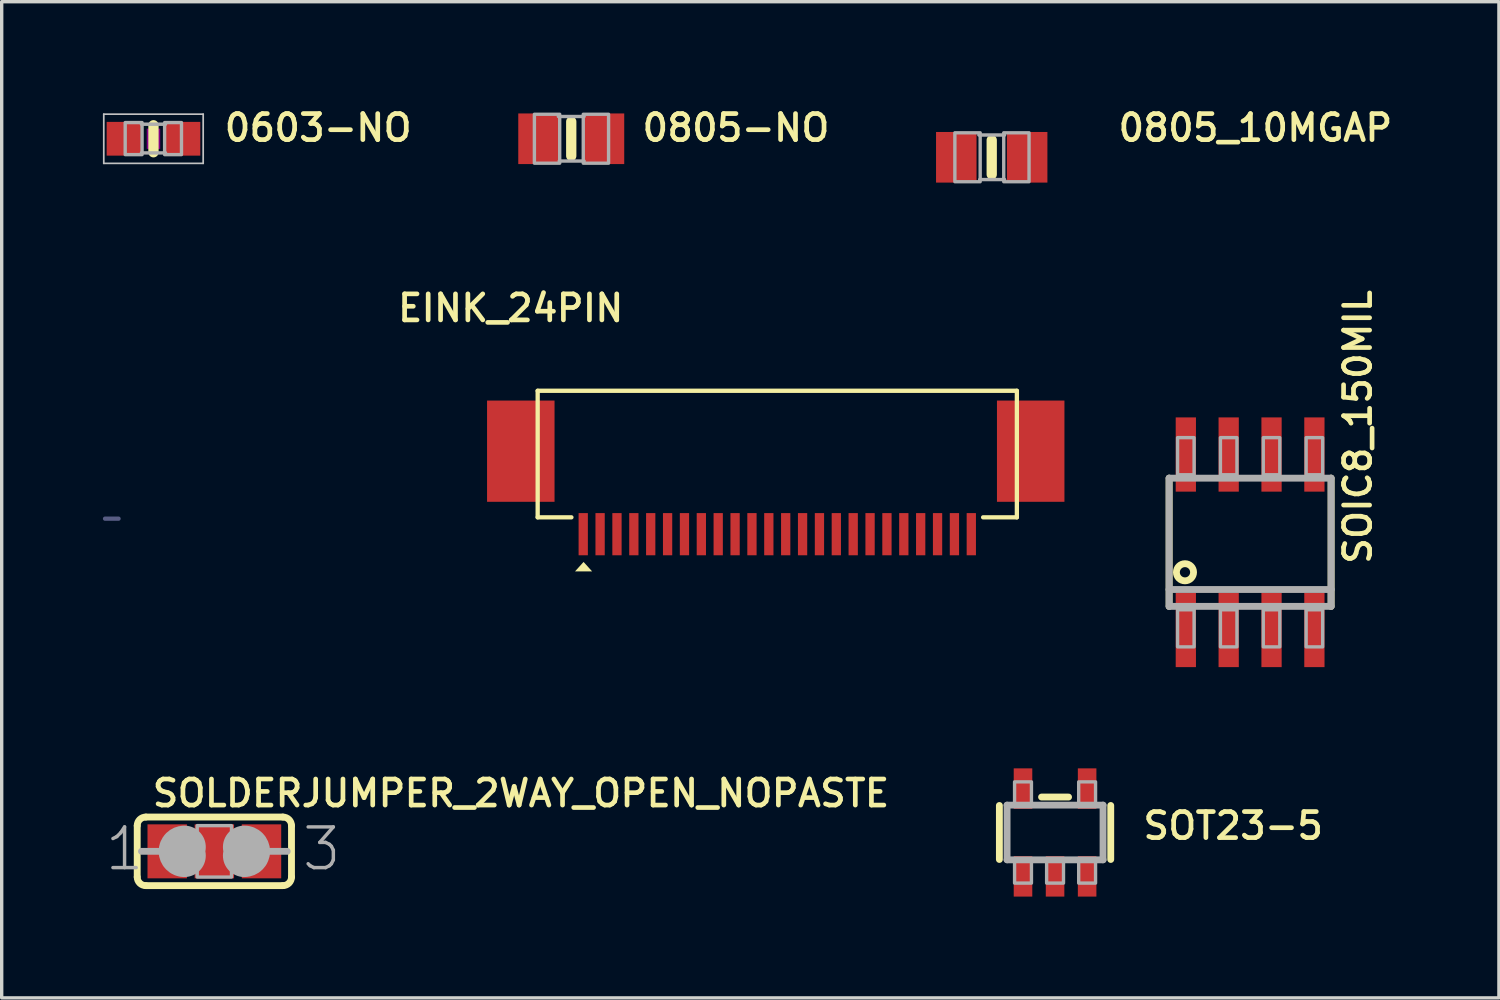
<source format=kicad_pcb>
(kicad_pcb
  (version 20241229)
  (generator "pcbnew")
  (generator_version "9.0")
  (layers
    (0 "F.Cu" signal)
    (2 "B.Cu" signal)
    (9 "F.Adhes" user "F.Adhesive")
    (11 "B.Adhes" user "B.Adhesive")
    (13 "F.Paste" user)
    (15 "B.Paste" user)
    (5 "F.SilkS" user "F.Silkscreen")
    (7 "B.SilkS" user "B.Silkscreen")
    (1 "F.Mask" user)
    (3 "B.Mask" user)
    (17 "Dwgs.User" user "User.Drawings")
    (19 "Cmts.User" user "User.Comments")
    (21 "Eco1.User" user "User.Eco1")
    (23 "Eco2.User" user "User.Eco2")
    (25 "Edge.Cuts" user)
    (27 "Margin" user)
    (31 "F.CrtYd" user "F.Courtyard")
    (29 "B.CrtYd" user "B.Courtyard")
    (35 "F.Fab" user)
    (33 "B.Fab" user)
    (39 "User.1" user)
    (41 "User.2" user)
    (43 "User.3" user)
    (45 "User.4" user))
  (footprint "0603-NO"
    (layer "F.Cu")
    (at 1.498 1.062)
    (property "Reference" "0603-NO" (at 2.032 0.127 0) (layer "F.SilkS") (effects (font (size 0.772 0.772) (thickness 0.139)) (justify left bottom)))
    (attr through_hole)
    (fp_line (start 0 -0.4) (end 0 0.4) (stroke (width 0.305) (type solid)) (layer "F.SilkS"))
    (fp_poly (pts (xy -0.2 0.3) (xy 0.2 0.3) (xy 0.2 -0.3) (xy -0.2 -0.3)) (stroke (width 0) (type solid)) (fill yes) (layer "F.Adhes"))
    (fp_line (start -1.473 -0.729) (end 1.473 -0.729) (stroke (width 0.051) (type solid)) (layer "Dwgs.User"))
    (fp_line (start -1.473 0.729) (end -1.473 -0.729) (stroke (width 0.051) (type solid)) (layer "Dwgs.User"))
    (fp_line (start 1.473 -0.729) (end 1.473 0.729) (stroke (width 0.051) (type solid)) (layer "Dwgs.User"))
    (fp_line (start 1.473 0.729) (end -1.473 0.729) (stroke (width 0.051) (type solid)) (layer "Dwgs.User"))
    (fp_line (start -0.356 -0.432) (end 0.356 -0.432) (stroke (width 0.102) (type solid)) (layer "F.Fab"))
    (fp_line (start -0.356 0.419) (end 0.356 0.419) (stroke (width 0.102) (type solid)) (layer "F.Fab"))
    (fp_poly (pts (xy -0.838 0.47) (xy -0.338 0.47) (xy -0.338 -0.48) (xy -0.838 -0.48)) (stroke (width 0.1) (type solid)) (fill no) (layer "F.Fab"))
    (fp_poly (pts (xy 0.33 0.47) (xy 0.83 0.47) (xy 0.83 -0.48) (xy 0.33 -0.48)) (stroke (width 0.1) (type solid)) (fill no) (layer "F.Fab"))
    (pad "1" smd rect (at -0.85 0) (size 1.075 1) (layers "F.Cu" "F.Mask" "F.Paste"))
    (pad "2" smd rect (at 0.85 0) (size 1.075 1) (layers "F.Cu" "F.Mask" "F.Paste")))
  (footprint "EINK_24PIN"
    (layer "F.Cu")
    (at 19.983 10.53)
    (property "Reference" "EINK_24PIN" (at -7.9 -4.45 0) (layer "F.SilkS") (effects (font (size 0.772 0.772) (thickness 0.139))))
    (attr through_hole)
    (fp_line (start -7.1 -2) (end 7.1 -2) (stroke (width 0.127) (type solid)) (layer "F.SilkS"))
    (fp_line (start -7.1 1.75) (end -7.1 -2) (stroke (width 0.127) (type solid)) (layer "F.SilkS"))
    (fp_line (start -6.1 1.75) (end -7.1 1.75) (stroke (width 0.127) (type solid)) (layer "F.SilkS"))
    (fp_line (start 7.1 -2) (end 7.1 1.75) (stroke (width 0.127) (type solid)) (layer "F.SilkS"))
    (fp_line (start 7.1 1.75) (end 6.1 1.75) (stroke (width 0.127) (type solid)) (layer "F.SilkS"))
    (fp_poly (pts (xy -5.994 3.353) (xy -5.486 3.353) (xy -5.74 3.072)) (stroke (width 0) (type solid)) (fill yes) (layer "F.SilkS"))
    (fp_line (start -19.92 1.79) (end -19.52 1.79) (stroke (width 0.127) (type solid)) (layer "B.Fab"))
    (pad "1" smd rect (at -5.75 2.25) (size 0.275 1.25) (layers "F.Cu" "F.Mask" "F.Paste"))
    (pad "2" smd rect (at -5.25 2.25) (size 0.275 1.25) (layers "F.Cu" "F.Mask" "F.Paste"))
    (pad "3" smd rect (at -4.75 2.25) (size 0.275 1.25) (layers "F.Cu" "F.Mask" "F.Paste"))
    (pad "4" smd rect (at -4.25 2.25) (size 0.275 1.25) (layers "F.Cu" "F.Mask" "F.Paste"))
    (pad "5" smd rect (at -3.75 2.25) (size 0.275 1.25) (layers "F.Cu" "F.Mask" "F.Paste"))
    (pad "6" smd rect (at -3.25 2.25) (size 0.275 1.25) (layers "F.Cu" "F.Mask" "F.Paste"))
    (pad "7" smd rect (at -2.75 2.25) (size 0.275 1.25) (layers "F.Cu" "F.Mask" "F.Paste"))
    (pad "8" smd rect (at -2.25 2.25) (size 0.275 1.25) (layers "F.Cu" "F.Mask" "F.Paste"))
    (pad "9" smd rect (at -1.75 2.25) (size 0.275 1.25) (layers "F.Cu" "F.Mask" "F.Paste"))
    (pad "10" smd rect (at -1.25 2.25) (size 0.275 1.25) (layers "F.Cu" "F.Mask" "F.Paste"))
    (pad "11" smd rect (at -0.75 2.25) (size 0.275 1.25) (layers "F.Cu" "F.Mask" "F.Paste"))
    (pad "12" smd rect (at -0.25 2.25) (size 0.275 1.25) (layers "F.Cu" "F.Mask" "F.Paste"))
    (pad "13" smd rect (at 0.25 2.25) (size 0.275 1.25) (layers "F.Cu" "F.Mask" "F.Paste"))
    (pad "14" smd rect (at 0.75 2.25) (size 0.275 1.25) (layers "F.Cu" "F.Mask" "F.Paste"))
    (pad "15" smd rect (at 1.25 2.25) (size 0.275 1.25) (layers "F.Cu" "F.Mask" "F.Paste"))
    (pad "16" smd rect (at 1.75 2.25) (size 0.275 1.25) (layers "F.Cu" "F.Mask" "F.Paste"))
    (pad "17" smd rect (at 2.25 2.25) (size 0.275 1.25) (layers "F.Cu" "F.Mask" "F.Paste"))
    (pad "18" smd rect (at 2.75 2.25) (size 0.275 1.25) (layers "F.Cu" "F.Mask" "F.Paste"))
    (pad "19" smd rect (at 3.25 2.25) (size 0.275 1.25) (layers "F.Cu" "F.Mask" "F.Paste"))
    (pad "20" smd rect (at 3.75 2.25) (size 0.275 1.25) (layers "F.Cu" "F.Mask" "F.Paste"))
    (pad "21" smd rect (at 4.25 2.25) (size 0.275 1.25) (layers "F.Cu" "F.Mask" "F.Paste"))
    (pad "22" smd rect (at 4.75 2.25) (size 0.275 1.25) (layers "F.Cu" "F.Mask" "F.Paste"))
    (pad "23" smd rect (at 5.25 2.25) (size 0.275 1.25) (layers "F.Cu" "F.Mask" "F.Paste"))
    (pad "24" smd rect (at 5.75 2.25) (size 0.275 1.25) (layers "F.Cu" "F.Mask" "F.Paste"))
    (pad "SPRT1" smd rect (at -7.6 -0.21 270) (size 3 2) (layers "F.Cu" "F.Mask" "F.Paste"))
    (pad "SPRT2" smd rect (at 7.51 -0.21 270) (size 3 2) (layers "F.Cu" "F.Mask" "F.Paste")))
  (footprint "SOT23-5"
    (layer "F.Cu")
    (at 28.215 21.619)
    (property "Reference" "SOT23-5" (at 2.54 0.254 180) (layer "F.SilkS") (effects (font (size 0.772 0.772) (thickness 0.139)) (justify left bottom)))
    (attr through_hole)
    (fp_line (start -1.65 -0.8) (end -1.65 0.8) (stroke (width 0.203) (type solid)) (layer "F.SilkS"))
    (fp_line (start -0.4 -1.05) (end 0.4 -1.05) (stroke (width 0.203) (type solid)) (layer "F.SilkS"))
    (fp_line (start 1.65 -0.8) (end 1.65 0.8) (stroke (width 0.203) (type solid)) (layer "F.SilkS"))
    (fp_line (start -1.422 -0.81) (end 1.422 -0.81) (stroke (width 0.203) (type solid)) (layer "F.Fab"))
    (fp_line (start -1.422 0.81) (end -1.422 -0.81) (stroke (width 0.203) (type solid)) (layer "F.Fab"))
    (fp_line (start 1.422 -0.81) (end 1.422 0.81) (stroke (width 0.203) (type solid)) (layer "F.Fab"))
    (fp_line (start 1.422 0.81) (end -1.422 0.81) (stroke (width 0.203) (type solid)) (layer "F.Fab"))
    (fp_poly (pts (xy -1.2 -0.85) (xy -0.7 -0.85) (xy -0.7 -1.5) (xy -1.2 -1.5)) (stroke (width 0.1) (type solid)) (fill no) (layer "F.Fab"))
    (fp_poly (pts (xy -1.2 1.5) (xy -0.7 1.5) (xy -0.7 0.85) (xy -1.2 0.85)) (stroke (width 0.1) (type solid)) (fill no) (layer "F.Fab"))
    (fp_poly (pts (xy -0.25 1.5) (xy 0.25 1.5) (xy 0.25 0.85) (xy -0.25 0.85)) (stroke (width 0.1) (type solid)) (fill no) (layer "F.Fab"))
    (fp_poly (pts (xy 0.7 -0.85) (xy 1.2 -0.85) (xy 1.2 -1.5) (xy 0.7 -1.5)) (stroke (width 0.1) (type solid)) (fill no) (layer "F.Fab"))
    (fp_poly (pts (xy 0.7 1.5) (xy 1.2 1.5) (xy 1.2 0.85) (xy 0.7 0.85)) (stroke (width 0.1) (type solid)) (fill no) (layer "F.Fab"))
    (pad "1" smd rect (at -0.95 1.3) (size 0.55 1.2) (layers "F.Cu" "F.Mask" "F.Paste"))
    (pad "2" smd rect (at 0 1.3) (size 0.55 1.2) (layers "F.Cu" "F.Mask" "F.Paste"))
    (pad "3" smd rect (at 0.95 1.3) (size 0.55 1.2) (layers "F.Cu" "F.Mask" "F.Paste"))
    (pad "4" smd rect (at 0.95 -1.3) (size 0.55 1.2) (layers "F.Cu" "F.Mask" "F.Paste"))
    (pad "5" smd rect (at -0.95 -1.3) (size 0.55 1.2) (layers "F.Cu" "F.Mask" "F.Paste")))
  (footprint "0805-NO"
    (layer "F.Cu")
    (at 13.878 1.062)
    (property "Reference" "0805-NO" (at 2.032 0.127 0) (layer "F.SilkS") (effects (font (size 0.772 0.772) (thickness 0.139)) (justify left bottom)))
    (attr through_hole)
    (fp_line (start 0 -0.508) (end 0 0.508) (stroke (width 0.305) (type solid)) (layer "F.SilkS"))
    (fp_line (start -0.381 -0.66) (end 0.381 -0.66) (stroke (width 0.102) (type solid)) (layer "F.Fab"))
    (fp_line (start -0.356 0.66) (end 0.381 0.66) (stroke (width 0.102) (type solid)) (layer "F.Fab"))
    (fp_poly (pts (xy -1.092 0.724) (xy -0.342 0.724) (xy -0.342 -0.726) (xy -1.092 -0.726)) (stroke (width 0.1) (type solid)) (fill no) (layer "F.Fab"))
    (fp_poly (pts (xy 0.356 0.724) (xy 1.106 0.724) (xy 1.106 -0.726) (xy 0.356 -0.726)) (stroke (width 0.1) (type solid)) (fill no) (layer "F.Fab"))
    (pad "1" smd rect (at -0.95 0) (size 1.24 1.5) (layers "F.Cu" "F.Mask" "F.Paste"))
    (pad "2" smd rect (at 0.95 0) (size 1.24 1.5) (layers "F.Cu" "F.Mask" "F.Paste")))
  (footprint "SOLDERJUMPER_2WAY_OPEN_NOPASTE"
    (layer "F.Cu")
    (at 3.302 22.178)
    (property "Reference" "SOLDERJUMPER_2WAY_OPEN_NOPASTE" (at -1.905 -1.27 0) (layer "F.SilkS") (effects (font (size 0.772 0.772) (thickness 0.139)) (justify left bottom)))
    (attr through_hole)
    (fp_poly (pts (xy -2.083 0.889) (xy 2.083 0.889) (xy 2.083 -0.889) (xy -2.083 -0.889)) (stroke (width 0) (type solid)) (fill yes) (layer "F.Mask"))
    (fp_line (start -2.286 0.762) (end -2.286 -0.762) (stroke (width 0.203) (type solid)) (layer "F.SilkS"))
    (fp_line (start -2.032 -1.016) (end 2.032 -1.016) (stroke (width 0.203) (type solid)) (layer "F.SilkS"))
    (fp_line (start 2.032 1.016) (end -2.032 1.016) (stroke (width 0.203) (type solid)) (layer "F.SilkS"))
    (fp_line (start 2.286 0.762) (end 2.286 -0.762) (stroke (width 0.203) (type solid)) (layer "F.SilkS"))
    (fp_arc (start -2.286 -0.762) (mid -2.211605 -0.941605) (end -2.032 -1.016) (stroke (width 0.2032) (type solid)) (layer "F.SilkS"))
    (fp_arc (start -2.032 1.016) (mid -2.211605 0.941605) (end -2.286 0.762) (stroke (width 0.2032) (type solid)) (layer "F.SilkS"))
    (fp_arc (start 2.032 -1.016) (mid 2.211605 -0.941605) (end 2.286 -0.762) (stroke (width 0.2032) (type solid)) (layer "F.SilkS"))
    (fp_arc (start 2.286 0.762) (mid 2.211605 0.941605) (end 2.032 1.016) (stroke (width 0.2032) (type solid)) (layer "F.SilkS"))
    (fp_line (start -1.651 0) (end -2.159 0) (stroke (width 0.203) (type solid)) (layer "F.Fab"))
    (fp_line (start 1.651 0) (end 2.159 0) (stroke (width 0.203) (type solid)) (layer "F.Fab"))
    (fp_arc (start -0.889 0.127) (mid -1.016 0) (end -0.889 -0.127) (stroke (width 1.27) (type solid)) (layer "F.Fab"))
    (fp_arc (start 0.889 -0.127) (mid 1.016 0) (end 0.889 0.127) (stroke (width 1.27) (type solid)) (layer "F.Fab"))
    (fp_poly (pts (xy -0.508 0.762) (xy 0.508 0.762) (xy 0.508 -0.762) (xy -0.508 -0.762)) (stroke (width 0.1) (type solid)) (fill no) (layer "F.Fab"))
    (fp_text user "3" (at 2.54 0.635 0) (layer "F.Fab") (effects (font (size 1.206 1.206) (thickness 0.102)) (justify left bottom)))
    (fp_text user "1" (at -3.302 0.635 0) (layer "F.Fab") (effects (font (size 1.206 1.206) (thickness 0.102)) (justify left bottom)))
    (pad "1" smd rect (at -1.397 0) (size 1.168 1.6) (layers "F.Cu" "F.Mask"))
    (pad "2" smd rect (at 0 0) (size 1.168 1.6) (layers "F.Cu" "F.Mask"))
    (pad "3" smd rect (at 1.397 0) (size 1.168 1.6) (layers "F.Cu" "F.Mask")))
  (footprint "0805_10MGAP"
    (layer "F.Cu")
    (at 26.338 1.611)
    (property "Reference" "0805_10MGAP" (at 3.678 -0.421 0) (layer "F.SilkS") (effects (font (size 0.772 0.772) (thickness 0.139)) (justify left bottom)))
    (attr through_hole)
    (fp_line (start 0 -0.508) (end 0 0.508) (stroke (width 0.305) (type solid)) (layer "F.SilkS"))
    (fp_line (start -0.381 -0.66) (end 0.381 -0.66) (stroke (width 0.102) (type solid)) (layer "F.Fab"))
    (fp_line (start -0.356 0.66) (end 0.381 0.66) (stroke (width 0.102) (type solid)) (layer "F.Fab"))
    (fp_poly (pts (xy -1.092 0.724) (xy -0.342 0.724) (xy -0.342 -0.726) (xy -1.092 -0.726)) (stroke (width 0.1) (type solid)) (fill no) (layer "F.Fab"))
    (fp_poly (pts (xy 0.356 0.724) (xy 1.106 0.724) (xy 1.106 -0.726) (xy 0.356 -0.726)) (stroke (width 0.1) (type solid)) (fill no) (layer "F.Fab"))
    (pad "1" smd rect (at -1.05 0) (size 1.2 1.5) (layers "F.Cu" "F.Mask" "F.Paste"))
    (pad "2" smd rect (at 1.05 0) (size 1.2 1.5) (layers "F.Cu" "F.Mask" "F.Paste")))
  (footprint "SOIC8_150MIL"
    (layer "F.Cu")
    (at 33.995 13.019)
    (property "Reference" "SOIC8_150MIL" (at 3.643 0.717 270) (layer "F.SilkS") (effects (font (size 0.772 0.772) (thickness 0.139)) (justify left bottom)))
    (attr through_hole)
    (fp_line (start -2.4 1.9) (end -2.4 -1.9) (stroke (width 0.203) (type solid)) (layer "F.SilkS"))
    (fp_line (start 2.4 -1.9) (end 2.4 1.9) (stroke (width 0.203) (type solid)) (layer "F.SilkS"))
    (fp_circle (center -1.93 0.889) (end -1.676 0.889) (stroke (width 0.203) (type solid)) (fill no) (layer "F.SilkS"))
    (fp_line (start -2.4 -1.9) (end 2.4 -1.9) (stroke (width 0.203) (type solid)) (layer "F.Fab"))
    (fp_line (start -2.4 1.4) (end -2.4 -1.9) (stroke (width 0.203) (type solid)) (layer "F.Fab"))
    (fp_line (start -2.4 1.9) (end -2.4 1.4) (stroke (width 0.203) (type solid)) (layer "F.Fab"))
    (fp_line (start 2.4 -1.9) (end 2.4 1.4) (stroke (width 0.203) (type solid)) (layer "F.Fab"))
    (fp_line (start 2.4 1.4) (end -2.4 1.4) (stroke (width 0.203) (type solid)) (layer "F.Fab"))
    (fp_line (start 2.4 1.4) (end 2.4 1.9) (stroke (width 0.203) (type solid)) (layer "F.Fab"))
    (fp_line (start 2.4 1.9) (end -2.4 1.9) (stroke (width 0.203) (type solid)) (layer "F.Fab"))
    (fp_poly (pts (xy -2.15 -2) (xy -1.66 -2) (xy -1.66 -3.1) (xy -2.15 -3.1)) (stroke (width 0.1) (type solid)) (fill no) (layer "F.Fab"))
    (fp_poly (pts (xy -2.15 3.1) (xy -1.66 3.1) (xy -1.66 2) (xy -2.15 2)) (stroke (width 0.1) (type solid)) (fill no) (layer "F.Fab"))
    (fp_poly (pts (xy -0.88 -2) (xy -0.39 -2) (xy -0.39 -3.1) (xy -0.88 -3.1)) (stroke (width 0.1) (type solid)) (fill no) (layer "F.Fab"))
    (fp_poly (pts (xy -0.88 3.1) (xy -0.39 3.1) (xy -0.39 2) (xy -0.88 2)) (stroke (width 0.1) (type solid)) (fill no) (layer "F.Fab"))
    (fp_poly (pts (xy 0.39 -2) (xy 0.88 -2) (xy 0.88 -3.1) (xy 0.39 -3.1)) (stroke (width 0.1) (type solid)) (fill no) (layer "F.Fab"))
    (fp_poly (pts (xy 0.39 3.1) (xy 0.88 3.1) (xy 0.88 2) (xy 0.39 2)) (stroke (width 0.1) (type solid)) (fill no) (layer "F.Fab"))
    (fp_poly (pts (xy 1.66 -2) (xy 2.15 -2) (xy 2.15 -3.1) (xy 1.66 -3.1)) (stroke (width 0.1) (type solid)) (fill no) (layer "F.Fab"))
    (fp_poly (pts (xy 1.66 3.1) (xy 2.15 3.1) (xy 2.15 2) (xy 1.66 2)) (stroke (width 0.1) (type solid)) (fill no) (layer "F.Fab"))
    (pad "1" smd rect (at -1.905 2.6) (size 0.6 2.2) (layers "F.Cu" "F.Mask" "F.Paste"))
    (pad "2" smd rect (at -0.635 2.6) (size 0.6 2.2) (layers "F.Cu" "F.Mask" "F.Paste"))
    (pad "3" smd rect (at 0.635 2.6) (size 0.6 2.2) (layers "F.Cu" "F.Mask" "F.Paste"))
    (pad "4" smd rect (at 1.905 2.6) (size 0.6 2.2) (layers "F.Cu" "F.Mask" "F.Paste"))
    (pad "5" smd rect (at 1.905 -2.6) (size 0.6 2.2) (layers "F.Cu" "F.Mask" "F.Paste"))
    (pad "6" smd rect (at 0.635 -2.6) (size 0.6 2.2) (layers "F.Cu" "F.Mask" "F.Paste"))
    (pad "7" smd rect (at -0.635 -2.6) (size 0.6 2.2) (layers "F.Cu" "F.Mask" "F.Paste"))
    (pad "8" smd rect (at -1.905 -2.6) (size 0.6 2.2) (layers "F.Cu" "F.Mask" "F.Paste")))
  (gr_rect
    (start -3 -3)
    (end 41.368 26.52)
    (stroke (width 0.1) (type default))
    (fill no)
    (layer "Edge.Cuts")))
</source>
